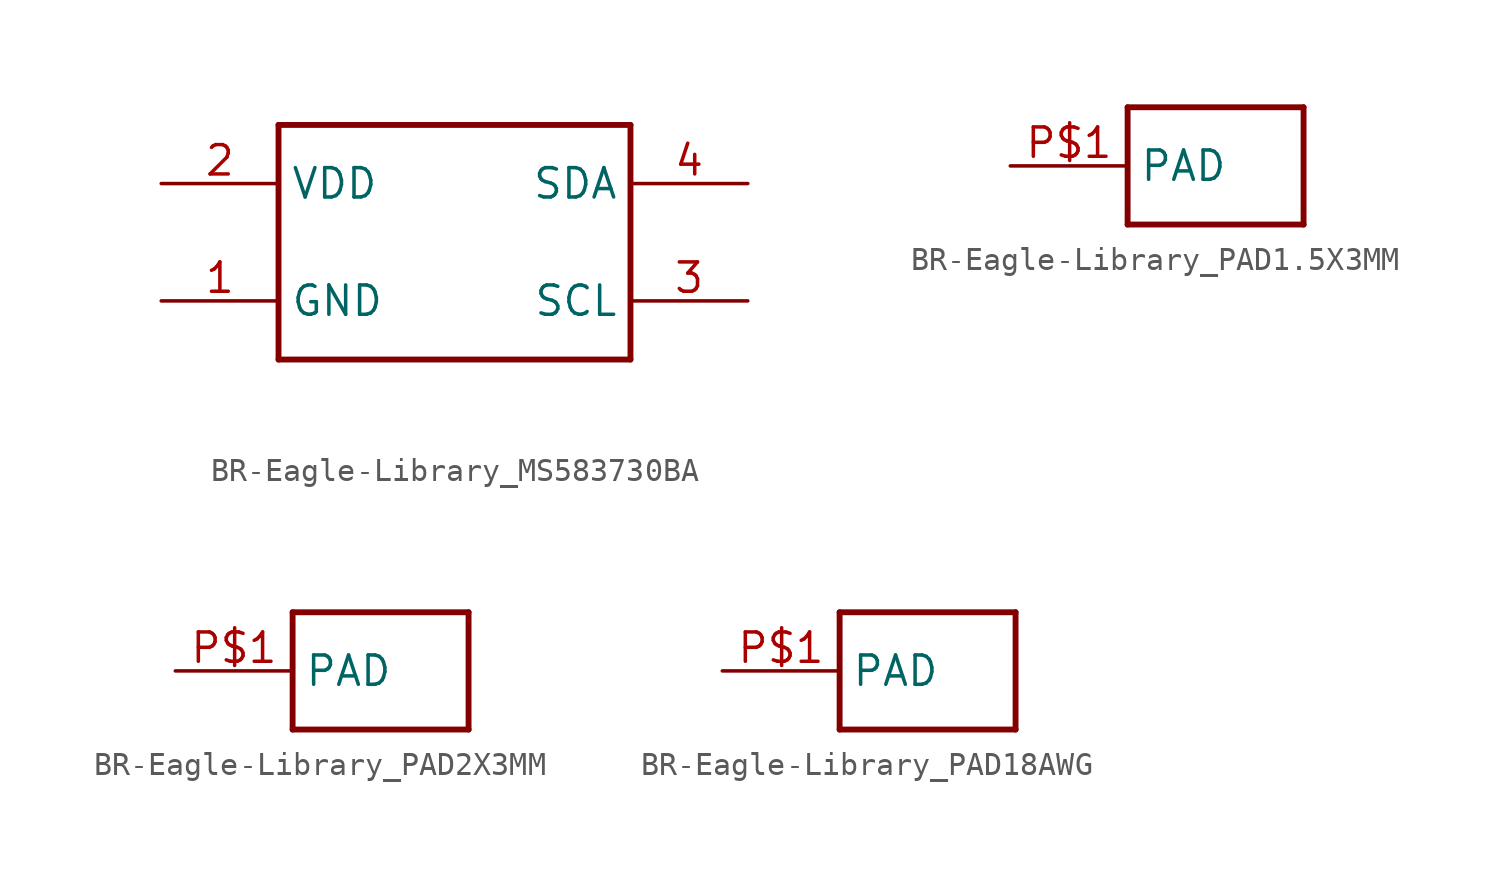
<source format=kicad_sym>
(kicad_symbol_lib
  (version 20231120)
  (generator "kicad_symbol_editor")
  (generator_version "8.0")
  (symbol "BR-Eagle-Library_MS583730BA"
    (property "Reference" ""
      (at -7.62 10.668 0)
      (effects (font (size 1.778 1.511)) (justify left bottom) (hide yes)))
    (property "Value" ""
      (at -7.62 -2.54 0)
      (effects (font (size 1.778 1.511)) (justify left bottom)))
    (property "ki_locked" ""
      (at 0 0 0)
      (effects (font (size 1.27 1.27))))
    (symbol "BR-Eagle-Library_MS583730BA_1_0"
      (polyline (pts (xy -7.62 0) (xy 7.62 0)) (stroke (width 0.254) (type solid)) (fill (type none)))
      (polyline (pts (xy -7.62 10.16) (xy -7.62 0)) (stroke (width 0.254) (type solid)) (fill (type none)))
      (polyline (pts (xy 7.62 0) (xy 7.62 10.16)) (stroke (width 0.254) (type solid)) (fill (type none)))
      (polyline (pts (xy 7.62 10.16) (xy -7.62 10.16)) (stroke (width 0.254) (type solid)) (fill (type none)))
      (pin bidirectional line (at -12.7 2.54 0) (length 5.08) (name "GND" (effects (font (size 1.27 1.27)))) (number "1" (effects (font (size 1.27 1.27)))))
      (pin bidirectional line (at -12.7 7.62 0) (length 5.08) (name "VDD" (effects (font (size 1.27 1.27)))) (number "2" (effects (font (size 1.27 1.27)))))
      (pin bidirectional line (at 12.7 2.54 180) (length 5.08) (name "SCL" (effects (font (size 1.27 1.27)))) (number "3" (effects (font (size 1.27 1.27)))))
      (pin bidirectional line (at 12.7 7.62 180) (length 5.08) (name "SDA" (effects (font (size 1.27 1.27)))) (number "4" (effects (font (size 1.27 1.27)))))))
  (symbol "BR-Eagle-Library_PAD1.5X3MM"
    (property "Reference" ""
      (at 0 0 0)
      (effects (font (size 1.27 1.27)) (hide yes)))
    (property "ki_locked" ""
      (at 0 0 0)
      (effects (font (size 1.27 1.27))))
    (symbol "BR-Eagle-Library_PAD1.5X3MM_1_0"
      (polyline (pts (xy 0 -2.54) (xy 0 2.54)) (stroke (width 0.254) (type solid)) (fill (type none)))
      (polyline (pts (xy 0 2.54) (xy 7.62 2.54)) (stroke (width 0.254) (type solid)) (fill (type none)))
      (polyline (pts (xy 7.62 -2.54) (xy 0 -2.54)) (stroke (width 0.254) (type solid)) (fill (type none)))
      (polyline (pts (xy 7.62 2.54) (xy 7.62 -2.54)) (stroke (width 0.254) (type solid)) (fill (type none)))
      (pin bidirectional line (at -5.08 0 0) (length 5.08) (name "PAD" (effects (font (size 1.27 1.27)))) (number "P$1" (effects (font (size 1.27 1.27)))))))
  (symbol "BR-Eagle-Library_PAD2X3MM"
    (property "Reference" ""
      (at 0 0 0)
      (effects (font (size 1.27 1.27)) (hide yes)))
    (property "ki_locked" ""
      (at 0 0 0)
      (effects (font (size 1.27 1.27))))
    (symbol "BR-Eagle-Library_PAD2X3MM_1_0"
      (polyline (pts (xy 0 -2.54) (xy 0 2.54)) (stroke (width 0.254) (type solid)) (fill (type none)))
      (polyline (pts (xy 0 2.54) (xy 7.62 2.54)) (stroke (width 0.254) (type solid)) (fill (type none)))
      (polyline (pts (xy 7.62 -2.54) (xy 0 -2.54)) (stroke (width 0.254) (type solid)) (fill (type none)))
      (polyline (pts (xy 7.62 2.54) (xy 7.62 -2.54)) (stroke (width 0.254) (type solid)) (fill (type none)))
      (pin bidirectional line (at -5.08 0 0) (length 5.08) (name "PAD" (effects (font (size 1.27 1.27)))) (number "P$1" (effects (font (size 1.27 1.27)))))))
  (symbol "BR-Eagle-Library_PAD18AWG"
    (property "Reference" ""
      (at 0 0 0)
      (effects (font (size 1.27 1.27)) (hide yes)))
    (property "ki_locked" ""
      (at 0 0 0)
      (effects (font (size 1.27 1.27))))
    (symbol "BR-Eagle-Library_PAD18AWG_1_0"
      (polyline (pts (xy 0 -2.54) (xy 0 2.54)) (stroke (width 0.254) (type solid)) (fill (type none)))
      (polyline (pts (xy 0 2.54) (xy 7.62 2.54)) (stroke (width 0.254) (type solid)) (fill (type none)))
      (polyline (pts (xy 7.62 -2.54) (xy 0 -2.54)) (stroke (width 0.254) (type solid)) (fill (type none)))
      (polyline (pts (xy 7.62 2.54) (xy 7.62 -2.54)) (stroke (width 0.254) (type solid)) (fill (type none)))
      (pin bidirectional line (at -5.08 0 0) (length 5.08) (name "PAD" (effects (font (size 1.27 1.27)))) (number "P$1" (effects (font (size 1.27 1.27))))))))
</source>
